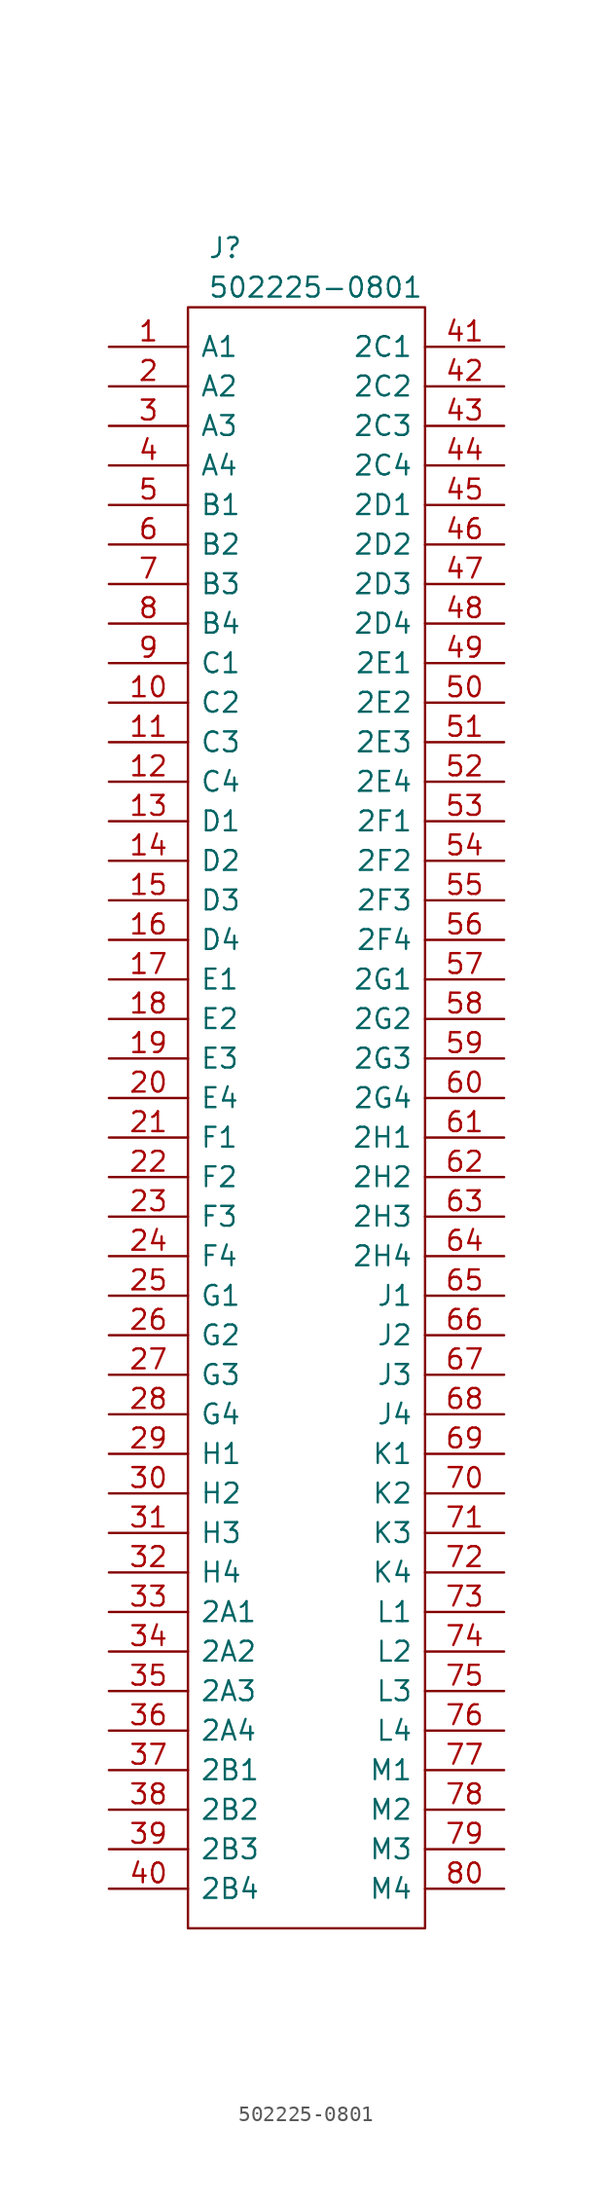
<source format=kicad_sym>
(kicad_symbol_lib
  (version 20211014)
  (generator kicad_symbol_editor)
  (symbol "502225-0801"
    (pin_names
      (offset 0.762))
    (property "Reference" "J"
      (at 6.35 6.35 0)
      (effects (font (size 1.27 1.27)) (justify left)))
    (property "Value" "502225-0801"
      (at 6.35 3.81 0)
      (effects (font (size 1.27 1.27)) (justify left)))
    (symbol "502225-0801_0_0"
      (pin passive line (at 0 0 0) (length 5.08) (name "A1" (effects (font (size 1.27 1.27)))) (number "1" (effects (font (size 1.27 1.27)))))
      (pin passive line (at 0 -22.86 0) (length 5.08) (name "C2" (effects (font (size 1.27 1.27)))) (number "10" (effects (font (size 1.27 1.27)))))
      (pin passive line (at 0 -25.4 0) (length 5.08) (name "C3" (effects (font (size 1.27 1.27)))) (number "11" (effects (font (size 1.27 1.27)))))
      (pin passive line (at 0 -27.94 0) (length 5.08) (name "C4" (effects (font (size 1.27 1.27)))) (number "12" (effects (font (size 1.27 1.27)))))
      (pin passive line (at 0 -30.48 0) (length 5.08) (name "D1" (effects (font (size 1.27 1.27)))) (number "13" (effects (font (size 1.27 1.27)))))
      (pin passive line (at 0 -33.02 0) (length 5.08) (name "D2" (effects (font (size 1.27 1.27)))) (number "14" (effects (font (size 1.27 1.27)))))
      (pin passive line (at 0 -35.56 0) (length 5.08) (name "D3" (effects (font (size 1.27 1.27)))) (number "15" (effects (font (size 1.27 1.27)))))
      (pin passive line (at 0 -38.1 0) (length 5.08) (name "D4" (effects (font (size 1.27 1.27)))) (number "16" (effects (font (size 1.27 1.27)))))
      (pin passive line (at 0 -40.64 0) (length 5.08) (name "E1" (effects (font (size 1.27 1.27)))) (number "17" (effects (font (size 1.27 1.27)))))
      (pin passive line (at 0 -43.18 0) (length 5.08) (name "E2" (effects (font (size 1.27 1.27)))) (number "18" (effects (font (size 1.27 1.27)))))
      (pin passive line (at 0 -45.72 0) (length 5.08) (name "E3" (effects (font (size 1.27 1.27)))) (number "19" (effects (font (size 1.27 1.27)))))
      (pin passive line (at 0 -2.54 0) (length 5.08) (name "A2" (effects (font (size 1.27 1.27)))) (number "2" (effects (font (size 1.27 1.27)))))
      (pin passive line (at 0 -48.26 0) (length 5.08) (name "E4" (effects (font (size 1.27 1.27)))) (number "20" (effects (font (size 1.27 1.27)))))
      (pin passive line (at 0 -50.8 0) (length 5.08) (name "F1" (effects (font (size 1.27 1.27)))) (number "21" (effects (font (size 1.27 1.27)))))
      (pin passive line (at 0 -53.34 0) (length 5.08) (name "F2" (effects (font (size 1.27 1.27)))) (number "22" (effects (font (size 1.27 1.27)))))
      (pin passive line (at 0 -55.88 0) (length 5.08) (name "F3" (effects (font (size 1.27 1.27)))) (number "23" (effects (font (size 1.27 1.27)))))
      (pin passive line (at 0 -58.42 0) (length 5.08) (name "F4" (effects (font (size 1.27 1.27)))) (number "24" (effects (font (size 1.27 1.27)))))
      (pin passive line (at 0 -60.96 0) (length 5.08) (name "G1" (effects (font (size 1.27 1.27)))) (number "25" (effects (font (size 1.27 1.27)))))
      (pin passive line (at 0 -63.5 0) (length 5.08) (name "G2" (effects (font (size 1.27 1.27)))) (number "26" (effects (font (size 1.27 1.27)))))
      (pin passive line (at 0 -66.04 0) (length 5.08) (name "G3" (effects (font (size 1.27 1.27)))) (number "27" (effects (font (size 1.27 1.27)))))
      (pin passive line (at 0 -68.58 0) (length 5.08) (name "G4" (effects (font (size 1.27 1.27)))) (number "28" (effects (font (size 1.27 1.27)))))
      (pin passive line (at 0 -71.12 0) (length 5.08) (name "H1" (effects (font (size 1.27 1.27)))) (number "29" (effects (font (size 1.27 1.27)))))
      (pin passive line (at 0 -5.08 0) (length 5.08) (name "A3" (effects (font (size 1.27 1.27)))) (number "3" (effects (font (size 1.27 1.27)))))
      (pin passive line (at 0 -73.66 0) (length 5.08) (name "H2" (effects (font (size 1.27 1.27)))) (number "30" (effects (font (size 1.27 1.27)))))
      (pin passive line (at 0 -76.2 0) (length 5.08) (name "H3" (effects (font (size 1.27 1.27)))) (number "31" (effects (font (size 1.27 1.27)))))
      (pin passive line (at 0 -78.74 0) (length 5.08) (name "H4" (effects (font (size 1.27 1.27)))) (number "32" (effects (font (size 1.27 1.27)))))
      (pin passive line (at 0 -81.28 0) (length 5.08) (name "2A1" (effects (font (size 1.27 1.27)))) (number "33" (effects (font (size 1.27 1.27)))))
      (pin passive line (at 0 -83.82 0) (length 5.08) (name "2A2" (effects (font (size 1.27 1.27)))) (number "34" (effects (font (size 1.27 1.27)))))
      (pin passive line (at 0 -86.36 0) (length 5.08) (name "2A3" (effects (font (size 1.27 1.27)))) (number "35" (effects (font (size 1.27 1.27)))))
      (pin passive line (at 0 -88.9 0) (length 5.08) (name "2A4" (effects (font (size 1.27 1.27)))) (number "36" (effects (font (size 1.27 1.27)))))
      (pin passive line (at 0 -91.44 0) (length 5.08) (name "2B1" (effects (font (size 1.27 1.27)))) (number "37" (effects (font (size 1.27 1.27)))))
      (pin passive line (at 0 -93.98 0) (length 5.08) (name "2B2" (effects (font (size 1.27 1.27)))) (number "38" (effects (font (size 1.27 1.27)))))
      (pin passive line (at 0 -96.52 0) (length 5.08) (name "2B3" (effects (font (size 1.27 1.27)))) (number "39" (effects (font (size 1.27 1.27)))))
      (pin passive line (at 0 -7.62 0) (length 5.08) (name "A4" (effects (font (size 1.27 1.27)))) (number "4" (effects (font (size 1.27 1.27)))))
      (pin passive line (at 0 -99.06 0) (length 5.08) (name "2B4" (effects (font (size 1.27 1.27)))) (number "40" (effects (font (size 1.27 1.27)))))
      (pin passive line (at 25.4 0 180) (length 5.08) (name "2C1" (effects (font (size 1.27 1.27)))) (number "41" (effects (font (size 1.27 1.27)))))
      (pin passive line (at 25.4 -2.54 180) (length 5.08) (name "2C2" (effects (font (size 1.27 1.27)))) (number "42" (effects (font (size 1.27 1.27)))))
      (pin passive line (at 25.4 -5.08 180) (length 5.08) (name "2C3" (effects (font (size 1.27 1.27)))) (number "43" (effects (font (size 1.27 1.27)))))
      (pin passive line (at 25.4 -7.62 180) (length 5.08) (name "2C4" (effects (font (size 1.27 1.27)))) (number "44" (effects (font (size 1.27 1.27)))))
      (pin passive line (at 25.4 -10.16 180) (length 5.08) (name "2D1" (effects (font (size 1.27 1.27)))) (number "45" (effects (font (size 1.27 1.27)))))
      (pin passive line (at 25.4 -12.7 180) (length 5.08) (name "2D2" (effects (font (size 1.27 1.27)))) (number "46" (effects (font (size 1.27 1.27)))))
      (pin passive line (at 25.4 -15.24 180) (length 5.08) (name "2D3" (effects (font (size 1.27 1.27)))) (number "47" (effects (font (size 1.27 1.27)))))
      (pin passive line (at 25.4 -17.78 180) (length 5.08) (name "2D4" (effects (font (size 1.27 1.27)))) (number "48" (effects (font (size 1.27 1.27)))))
      (pin passive line (at 25.4 -20.32 180) (length 5.08) (name "2E1" (effects (font (size 1.27 1.27)))) (number "49" (effects (font (size 1.27 1.27)))))
      (pin passive line (at 0 -10.16 0) (length 5.08) (name "B1" (effects (font (size 1.27 1.27)))) (number "5" (effects (font (size 1.27 1.27)))))
      (pin passive line (at 25.4 -22.86 180) (length 5.08) (name "2E2" (effects (font (size 1.27 1.27)))) (number "50" (effects (font (size 1.27 1.27)))))
      (pin passive line (at 25.4 -25.4 180) (length 5.08) (name "2E3" (effects (font (size 1.27 1.27)))) (number "51" (effects (font (size 1.27 1.27)))))
      (pin passive line (at 25.4 -27.94 180) (length 5.08) (name "2E4" (effects (font (size 1.27 1.27)))) (number "52" (effects (font (size 1.27 1.27)))))
      (pin passive line (at 25.4 -30.48 180) (length 5.08) (name "2F1" (effects (font (size 1.27 1.27)))) (number "53" (effects (font (size 1.27 1.27)))))
      (pin passive line (at 25.4 -33.02 180) (length 5.08) (name "2F2" (effects (font (size 1.27 1.27)))) (number "54" (effects (font (size 1.27 1.27)))))
      (pin passive line (at 25.4 -35.56 180) (length 5.08) (name "2F3" (effects (font (size 1.27 1.27)))) (number "55" (effects (font (size 1.27 1.27)))))
      (pin passive line (at 25.4 -38.1 180) (length 5.08) (name "2F4" (effects (font (size 1.27 1.27)))) (number "56" (effects (font (size 1.27 1.27)))))
      (pin passive line (at 25.4 -40.64 180) (length 5.08) (name "2G1" (effects (font (size 1.27 1.27)))) (number "57" (effects (font (size 1.27 1.27)))))
      (pin passive line (at 25.4 -43.18 180) (length 5.08) (name "2G2" (effects (font (size 1.27 1.27)))) (number "58" (effects (font (size 1.27 1.27)))))
      (pin passive line (at 25.4 -45.72 180) (length 5.08) (name "2G3" (effects (font (size 1.27 1.27)))) (number "59" (effects (font (size 1.27 1.27)))))
      (pin passive line (at 0 -12.7 0) (length 5.08) (name "B2" (effects (font (size 1.27 1.27)))) (number "6" (effects (font (size 1.27 1.27)))))
      (pin passive line (at 25.4 -48.26 180) (length 5.08) (name "2G4" (effects (font (size 1.27 1.27)))) (number "60" (effects (font (size 1.27 1.27)))))
      (pin passive line (at 25.4 -50.8 180) (length 5.08) (name "2H1" (effects (font (size 1.27 1.27)))) (number "61" (effects (font (size 1.27 1.27)))))
      (pin passive line (at 25.4 -53.34 180) (length 5.08) (name "2H2" (effects (font (size 1.27 1.27)))) (number "62" (effects (font (size 1.27 1.27)))))
      (pin passive line (at 25.4 -55.88 180) (length 5.08) (name "2H3" (effects (font (size 1.27 1.27)))) (number "63" (effects (font (size 1.27 1.27)))))
      (pin passive line (at 25.4 -58.42 180) (length 5.08) (name "2H4" (effects (font (size 1.27 1.27)))) (number "64" (effects (font (size 1.27 1.27)))))
      (pin passive line (at 25.4 -60.96 180) (length 5.08) (name "J1" (effects (font (size 1.27 1.27)))) (number "65" (effects (font (size 1.27 1.27)))))
      (pin passive line (at 25.4 -63.5 180) (length 5.08) (name "J2" (effects (font (size 1.27 1.27)))) (number "66" (effects (font (size 1.27 1.27)))))
      (pin passive line (at 25.4 -66.04 180) (length 5.08) (name "J3" (effects (font (size 1.27 1.27)))) (number "67" (effects (font (size 1.27 1.27)))))
      (pin passive line (at 25.4 -68.58 180) (length 5.08) (name "J4" (effects (font (size 1.27 1.27)))) (number "68" (effects (font (size 1.27 1.27)))))
      (pin passive line (at 25.4 -71.12 180) (length 5.08) (name "K1" (effects (font (size 1.27 1.27)))) (number "69" (effects (font (size 1.27 1.27)))))
      (pin passive line (at 0 -15.24 0) (length 5.08) (name "B3" (effects (font (size 1.27 1.27)))) (number "7" (effects (font (size 1.27 1.27)))))
      (pin passive line (at 25.4 -73.66 180) (length 5.08) (name "K2" (effects (font (size 1.27 1.27)))) (number "70" (effects (font (size 1.27 1.27)))))
      (pin passive line (at 25.4 -76.2 180) (length 5.08) (name "K3" (effects (font (size 1.27 1.27)))) (number "71" (effects (font (size 1.27 1.27)))))
      (pin passive line (at 25.4 -78.74 180) (length 5.08) (name "K4" (effects (font (size 1.27 1.27)))) (number "72" (effects (font (size 1.27 1.27)))))
      (pin passive line (at 25.4 -81.28 180) (length 5.08) (name "L1" (effects (font (size 1.27 1.27)))) (number "73" (effects (font (size 1.27 1.27)))))
      (pin passive line (at 25.4 -83.82 180) (length 5.08) (name "L2" (effects (font (size 1.27 1.27)))) (number "74" (effects (font (size 1.27 1.27)))))
      (pin passive line (at 25.4 -86.36 180) (length 5.08) (name "L3" (effects (font (size 1.27 1.27)))) (number "75" (effects (font (size 1.27 1.27)))))
      (pin passive line (at 25.4 -88.9 180) (length 5.08) (name "L4" (effects (font (size 1.27 1.27)))) (number "76" (effects (font (size 1.27 1.27)))))
      (pin passive line (at 25.4 -91.44 180) (length 5.08) (name "M1" (effects (font (size 1.27 1.27)))) (number "77" (effects (font (size 1.27 1.27)))))
      (pin passive line (at 25.4 -93.98 180) (length 5.08) (name "M2" (effects (font (size 1.27 1.27)))) (number "78" (effects (font (size 1.27 1.27)))))
      (pin passive line (at 25.4 -96.52 180) (length 5.08) (name "M3" (effects (font (size 1.27 1.27)))) (number "79" (effects (font (size 1.27 1.27)))))
      (pin passive line (at 0 -17.78 0) (length 5.08) (name "B4" (effects (font (size 1.27 1.27)))) (number "8" (effects (font (size 1.27 1.27)))))
      (pin passive line (at 25.4 -99.06 180) (length 5.08) (name "M4" (effects (font (size 1.27 1.27)))) (number "80" (effects (font (size 1.27 1.27)))))
      (pin passive line (at 0 -20.32 0) (length 5.08) (name "C1" (effects (font (size 1.27 1.27)))) (number "9" (effects (font (size 1.27 1.27))))))
    (symbol "502225-0801_0_1"
      (polyline (pts (xy 5.08 2.54) (xy 20.32 2.54) (xy 20.32 -101.6) (xy 5.08 -101.6) (xy 5.08 2.54)) (stroke (width 0.152) (type default) (color 0 0 0 0)) (fill (type none))))))
</source>
